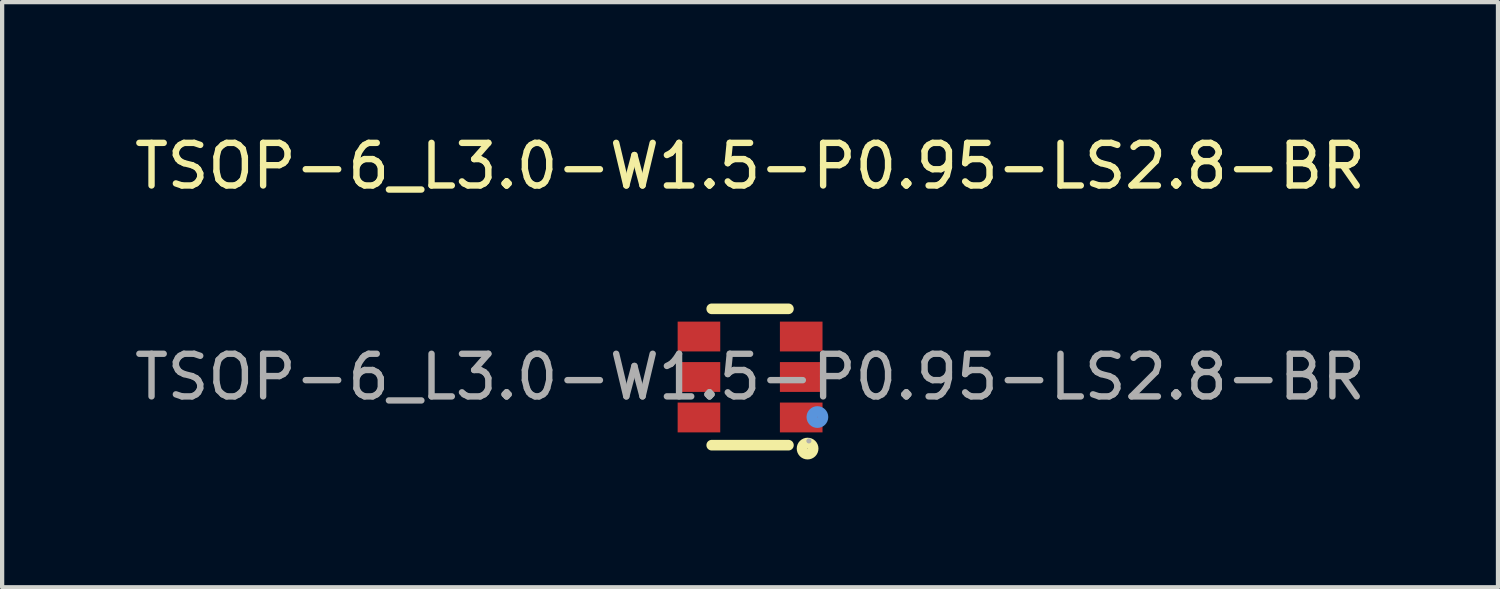
<source format=kicad_pcb>
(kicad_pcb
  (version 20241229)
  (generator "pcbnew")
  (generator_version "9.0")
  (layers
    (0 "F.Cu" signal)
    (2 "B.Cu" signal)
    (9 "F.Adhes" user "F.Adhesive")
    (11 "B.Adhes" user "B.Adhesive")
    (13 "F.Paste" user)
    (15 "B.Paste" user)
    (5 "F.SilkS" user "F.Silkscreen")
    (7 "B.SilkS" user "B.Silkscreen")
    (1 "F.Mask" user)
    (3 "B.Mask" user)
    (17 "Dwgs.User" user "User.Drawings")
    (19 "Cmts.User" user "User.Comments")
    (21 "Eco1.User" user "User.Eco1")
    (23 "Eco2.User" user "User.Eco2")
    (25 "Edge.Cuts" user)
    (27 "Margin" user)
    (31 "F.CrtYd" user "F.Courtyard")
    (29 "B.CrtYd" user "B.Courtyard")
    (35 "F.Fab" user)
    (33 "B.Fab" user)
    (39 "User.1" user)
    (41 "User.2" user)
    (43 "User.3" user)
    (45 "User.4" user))
  (footprint "TSOP-6_L3.0-W1.5-P0.95-LS2.8-BR"
    (layer "F.Cu")
    (at 14.554 5.798)
    (property "Reference" "TSOP-6_L3.0-W1.5-P0.95-LS2.8-BR" (at 0 -4.95 0) (layer "F.SilkS") (effects (font (size 1 1) (thickness 0.15))))
    (attr smd)
    (fp_line (start -0.9 -1.6) (end 0.9 -1.6) (stroke (width 0.25) (type solid)) (layer "F.SilkS"))
    (fp_line (start -0.9 1.6) (end 0.9 1.6) (stroke (width 0.25) (type solid)) (layer "F.SilkS"))
    (fp_circle (center 1.35 1.68) (end 1.48 1.68) (stroke (width 0.25) (type solid)) (fill no) (layer "F.SilkS"))
    (fp_circle (center 1.58 0.94) (end 1.71 0.94) (stroke (width 0.25) (type solid)) (fill no) (layer "Cmts.User"))
    (fp_circle (center 1.38 1.5) (end 1.41 1.5) (stroke (width 0.06) (type solid)) (fill no) (layer "F.Fab"))
    (fp_text user "${REFERENCE}" (at 0 0 0) (layer "F.Fab") (effects (font (size 1 1) (thickness 0.15))))
    (pad "1" smd rect (at 1.2 0.95) (size 1 0.7) (layers "F.Cu" "F.Mask" "F.Paste"))
    (pad "2" smd rect (at 1.2 0) (size 1 0.7) (layers "F.Cu" "F.Mask" "F.Paste"))
    (pad "3" smd rect (at 1.2 -0.95) (size 1 0.7) (layers "F.Cu" "F.Mask" "F.Paste"))
    (pad "4" smd rect (at -1.2 -0.95) (size 1 0.7) (layers "F.Cu" "F.Mask" "F.Paste"))
    (pad "5" smd rect (at -1.2 0) (size 1 0.7) (layers "F.Cu" "F.Mask" "F.Paste"))
    (pad "6" smd rect (at -1.2 0.95) (size 1 0.7) (layers "F.Cu" "F.Mask" "F.Paste")))
  (gr_rect
    (start -3 -3)
    (end 32.107 10.733)
    (stroke (width 0.1) (type default))
    (fill no)
    (layer "Edge.Cuts")))
</source>
